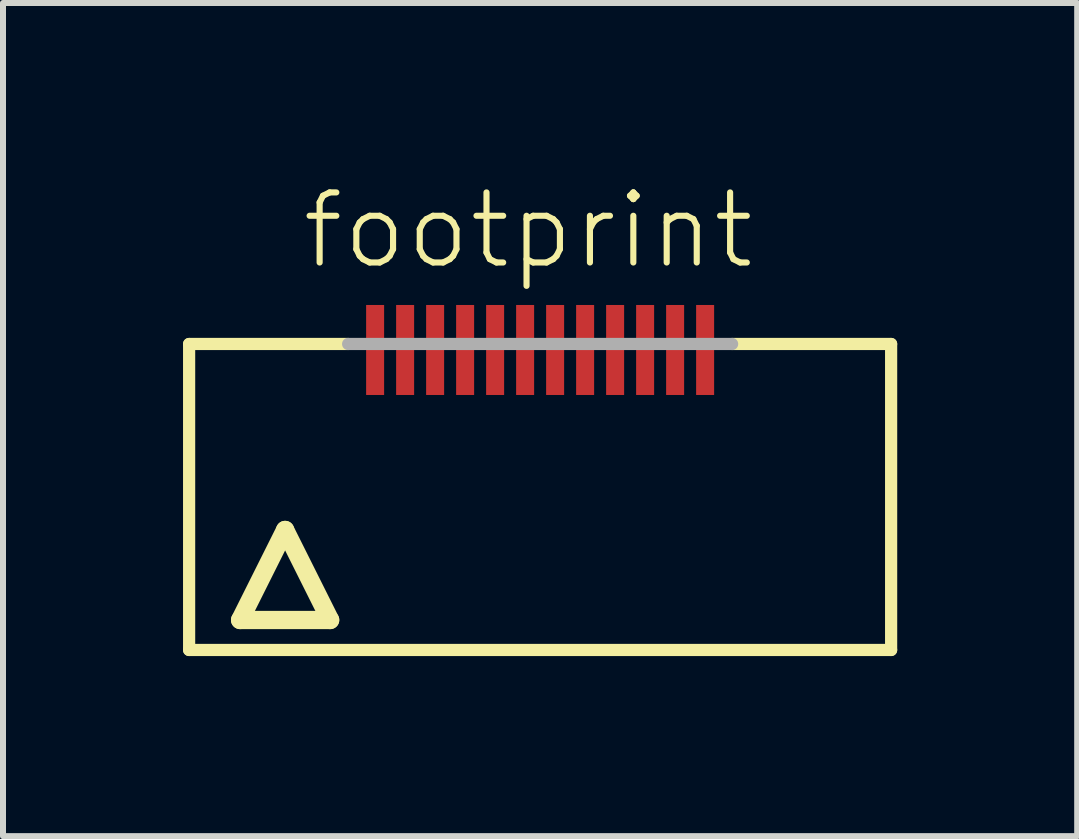
<source format=kicad_pcb>
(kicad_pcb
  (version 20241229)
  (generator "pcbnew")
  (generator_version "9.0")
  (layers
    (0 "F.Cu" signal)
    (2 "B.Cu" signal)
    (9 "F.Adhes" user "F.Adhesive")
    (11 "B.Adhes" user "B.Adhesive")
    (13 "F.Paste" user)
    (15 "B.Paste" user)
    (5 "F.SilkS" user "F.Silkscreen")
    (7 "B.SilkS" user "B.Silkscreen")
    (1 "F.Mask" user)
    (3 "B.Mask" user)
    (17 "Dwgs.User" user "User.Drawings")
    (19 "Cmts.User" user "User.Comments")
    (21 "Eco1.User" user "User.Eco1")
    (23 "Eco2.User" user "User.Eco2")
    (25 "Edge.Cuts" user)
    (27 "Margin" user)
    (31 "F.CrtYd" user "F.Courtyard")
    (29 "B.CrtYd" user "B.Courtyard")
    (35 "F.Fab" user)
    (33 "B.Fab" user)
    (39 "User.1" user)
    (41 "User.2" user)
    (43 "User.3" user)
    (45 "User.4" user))
  (footprint "footprint"
    (layer "F.Cu")
    (at 5.952 5.283)
    (property "Reference" "footprint" (at -4.02 -3.81 0) (layer "F.SilkS") (effects (font (size 1.168 1.168) (thickness 0.102)) (justify left bottom)))
    (fp_line (start -5.85 -2.6) (end -3.2 -2.6) (stroke (width 0.203) (type solid)) (layer "F.SilkS"))
    (fp_line (start -5.85 2.5) (end -5.85 -2.6) (stroke (width 0.203) (type solid)) (layer "F.SilkS"))
    (fp_line (start -5 2) (end -3.5 2) (stroke (width 0.305) (type solid)) (layer "F.SilkS"))
    (fp_line (start -4.25 0.5) (end -5 2) (stroke (width 0.305) (type solid)) (layer "F.SilkS"))
    (fp_line (start -3.5 2) (end -4.25 0.5) (stroke (width 0.305) (type solid)) (layer "F.SilkS"))
    (fp_line (start 3.2 -2.6) (end 5.85 -2.6) (stroke (width 0.203) (type solid)) (layer "F.SilkS"))
    (fp_line (start 5.85 -2.6) (end 5.85 2.5) (stroke (width 0.203) (type solid)) (layer "F.SilkS"))
    (fp_line (start 5.85 2.5) (end -5.85 2.5) (stroke (width 0.203) (type solid)) (layer "F.SilkS"))
    (fp_line (start -3.2 -2.6) (end 3.2 -2.6) (stroke (width 0.203) (type solid)) (layer "F.Fab"))
    (pad "1" smd rect (at -2.75 -2.5) (size 0.3 1.5) (layers "F.Cu" "F.Mask" "F.Paste"))
    (pad "2" smd rect (at -2.25 -2.5) (size 0.3 1.5) (layers "F.Cu" "F.Mask" "F.Paste"))
    (pad "3" smd rect (at -1.75 -2.5) (size 0.3 1.5) (layers "F.Cu" "F.Mask" "F.Paste"))
    (pad "4" smd rect (at -1.25 -2.5) (size 0.3 1.5) (layers "F.Cu" "F.Mask" "F.Paste"))
    (pad "5" smd rect (at -0.75 -2.5) (size 0.3 1.5) (layers "F.Cu" "F.Mask" "F.Paste"))
    (pad "6" smd rect (at -0.25 -2.5) (size 0.3 1.5) (layers "F.Cu" "F.Mask" "F.Paste"))
    (pad "7" smd rect (at 0.25 -2.5) (size 0.3 1.5) (layers "F.Cu" "F.Mask" "F.Paste"))
    (pad "8" smd rect (at 0.75 -2.5) (size 0.3 1.5) (layers "F.Cu" "F.Mask" "F.Paste"))
    (pad "9" smd rect (at 1.25 -2.5) (size 0.3 1.5) (layers "F.Cu" "F.Mask" "F.Paste"))
    (pad "10" smd rect (at 1.75 -2.5) (size 0.3 1.5) (layers "F.Cu" "F.Mask" "F.Paste"))
    (pad "11" smd rect (at 2.25 -2.5) (size 0.3 1.5) (layers "F.Cu" "F.Mask" "F.Paste"))
    (pad "12" smd rect (at 2.75 -2.5) (size 0.3 1.5) (layers "F.Cu" "F.Mask" "F.Paste")))
  (gr_rect
    (start -3 -3)
    (end 14.903 10.885)
    (stroke (width 0.1) (type default))
    (fill no)
    (layer "Edge.Cuts")))
</source>
